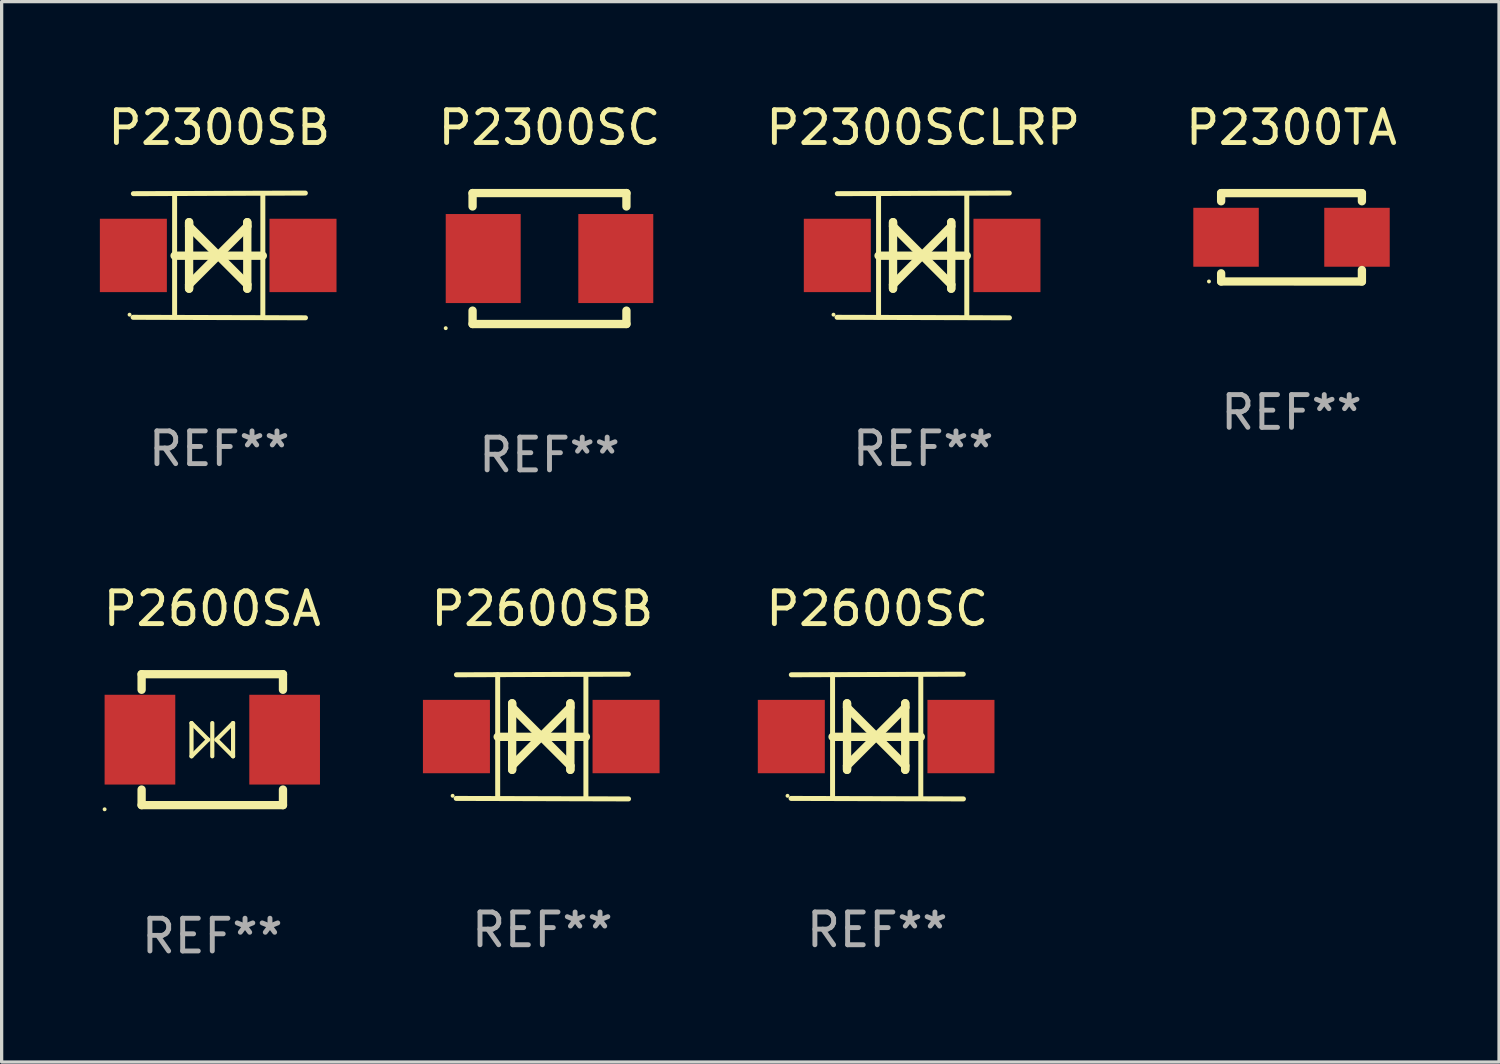
<source format=kicad_pcb>
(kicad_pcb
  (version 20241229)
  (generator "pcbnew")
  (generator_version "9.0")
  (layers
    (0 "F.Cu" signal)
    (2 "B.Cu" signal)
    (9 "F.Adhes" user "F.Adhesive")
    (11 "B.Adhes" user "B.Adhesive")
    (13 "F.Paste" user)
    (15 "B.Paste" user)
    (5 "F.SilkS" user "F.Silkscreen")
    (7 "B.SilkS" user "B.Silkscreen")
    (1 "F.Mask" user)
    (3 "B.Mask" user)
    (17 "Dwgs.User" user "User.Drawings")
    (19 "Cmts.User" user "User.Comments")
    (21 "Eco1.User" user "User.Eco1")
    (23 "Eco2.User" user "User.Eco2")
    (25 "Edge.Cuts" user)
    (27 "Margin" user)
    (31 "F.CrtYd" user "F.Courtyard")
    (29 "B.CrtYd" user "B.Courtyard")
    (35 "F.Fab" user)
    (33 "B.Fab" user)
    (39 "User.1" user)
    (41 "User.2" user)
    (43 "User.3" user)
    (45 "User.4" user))
  (footprint "P2600SB"
    (layer "F.Cu")
    (at 13.518 19.45)
    (property "Reference" "P2600SB" (at 0 -3.905 0) (layer "F.SilkS") (effects (font (size 1 1) (thickness 0.15))))
    (attr through_hole)
    (fp_line (start -1.365 1.886) (end -1.365 -1.886) (stroke (width 0.152) (type solid)) (layer "F.SilkS"))
    (fp_line (start -1.365 0.008) (end 1.33 0.008) (stroke (width 0.254) (type solid)) (layer "F.SilkS"))
    (fp_line (start -0.923 -1.016) (end -0.923 1.016) (stroke (width 0.254) (type solid)) (layer "F.SilkS"))
    (fp_line (start -0.923 -0.889) (end -0.923 -1.016) (stroke (width 0.254) (type solid)) (layer "F.SilkS"))
    (fp_line (start -0.923 0.889) (end -0.034 0) (stroke (width 0.254) (type solid)) (layer "F.SilkS"))
    (fp_line (start -0.923 1.016) (end -0.923 0.889) (stroke (width 0.254) (type solid)) (layer "F.SilkS"))
    (fp_line (start -0.034 0) (end -0.923 -0.889) (stroke (width 0.254) (type solid)) (layer "F.SilkS"))
    (fp_line (start -0.034 0) (end 0.855 0.889) (stroke (width 0.254) (type solid)) (layer "F.SilkS"))
    (fp_line (start 0.855 -1.016) (end 0.855 -0.889) (stroke (width 0.254) (type solid)) (layer "F.SilkS"))
    (fp_line (start 0.855 -0.889) (end -0.034 0) (stroke (width 0.254) (type solid)) (layer "F.SilkS"))
    (fp_line (start 0.855 0.889) (end 0.855 1.016) (stroke (width 0.254) (type solid)) (layer "F.SilkS"))
    (fp_line (start 0.855 1.016) (end 0.855 -1.016) (stroke (width 0.254) (type solid)) (layer "F.SilkS"))
    (fp_line (start 1.33 1.886) (end 1.33 -1.886) (stroke (width 0.152) (type solid)) (layer "F.SilkS"))
    (fp_line (start 2.629 -1.905) (end -2.625 -1.887) (stroke (width 0.152) (type solid)) (layer "F.SilkS"))
    (fp_line (start 2.633 1.905) (end -2.633 1.89) (stroke (width 0.152) (type solid)) (layer "F.SilkS"))
    (fp_circle (center -2.741 1.81) (end -2.711 1.81) (stroke (width 0.06) (type solid)) (fill no) (layer "F.SilkS"))
    (fp_text user "REF**" (at 0 5.905 0) (layer "F.Fab") (effects (font (size 1 1) (thickness 0.15))))
    (pad "1" smd rect (at -2.625 0) (size 2.047 2.241) (layers "F.Cu" "F.Mask" "F.Paste"))
    (pad "2" smd rect (at 2.557 0) (size 2.047 2.241) (layers "F.Cu" "F.Mask" "F.Paste")))
  (footprint "P2600SA"
    (layer "F.Cu")
    (at 3.435 19.545)
    (property "Reference" "P2600SA" (at 0 -4 0) (layer "F.SilkS") (effects (font (size 1 1) (thickness 0.15))))
    (attr through_hole)
    (fp_line (start -2.159 -2) (end 2.159 -2) (stroke (width 0.254) (type solid)) (layer "F.SilkS"))
    (fp_line (start -2.159 -1.524) (end -2.159 -2) (stroke (width 0.254) (type solid)) (layer "F.SilkS"))
    (fp_line (start -2.159 1.524) (end -2.159 2) (stroke (width 0.254) (type solid)) (layer "F.SilkS"))
    (fp_line (start -2.159 2) (end 2.159 2) (stroke (width 0.254) (type solid)) (layer "F.SilkS"))
    (fp_line (start -0.635 -0.508) (end -0.127 0) (stroke (width 0.127) (type solid)) (layer "F.SilkS"))
    (fp_line (start -0.635 0.508) (end -0.635 -0.508) (stroke (width 0.127) (type solid)) (layer "F.SilkS"))
    (fp_line (start -0.127 0) (end -0.635 0.508) (stroke (width 0.127) (type solid)) (layer "F.SilkS"))
    (fp_line (start 0 0.508) (end 0 -0.508) (stroke (width 0.127) (type solid)) (layer "F.SilkS"))
    (fp_line (start 0.127 0) (end 0.635 -0.508) (stroke (width 0.127) (type solid)) (layer "F.SilkS"))
    (fp_line (start 0.635 -0.508) (end 0.635 0.508) (stroke (width 0.127) (type solid)) (layer "F.SilkS"))
    (fp_line (start 0.635 0.508) (end 0.127 0) (stroke (width 0.127) (type solid)) (layer "F.SilkS"))
    (fp_line (start 2.159 -2) (end 2.159 -1.524) (stroke (width 0.254) (type solid)) (layer "F.SilkS"))
    (fp_line (start 2.159 2) (end 2.159 1.524) (stroke (width 0.254) (type solid)) (layer "F.SilkS"))
    (fp_circle (center -3.289 2.127) (end -3.259 2.127) (stroke (width 0.06) (type solid)) (fill no) (layer "F.SilkS"))
    (fp_text user "REF**" (at 0 6 0) (layer "F.Fab") (effects (font (size 1 1) (thickness 0.15))))
    (pad "1" smd rect (at -2.21 0 180) (size 2.159 2.743) (layers "F.Cu" "F.Mask" "F.Paste"))
    (pad "2" smd rect (at 2.21 0 180) (size 2.159 2.743) (layers "F.Cu" "F.Mask" "F.Paste")))
  (footprint "P2300SCLRP"
    (layer "F.Cu")
    (at 25.153 4.753)
    (property "Reference" "P2300SCLRP" (at 0 -3.905 0) (layer "F.SilkS") (effects (font (size 1 1) (thickness 0.15))))
    (attr through_hole)
    (fp_line (start -1.365 1.886) (end -1.365 -1.886) (stroke (width 0.152) (type solid)) (layer "F.SilkS"))
    (fp_line (start -1.365 0.008) (end 1.33 0.008) (stroke (width 0.254) (type solid)) (layer "F.SilkS"))
    (fp_line (start -0.923 -1.016) (end -0.923 1.016) (stroke (width 0.254) (type solid)) (layer "F.SilkS"))
    (fp_line (start -0.923 -0.889) (end -0.923 -1.016) (stroke (width 0.254) (type solid)) (layer "F.SilkS"))
    (fp_line (start -0.923 0.889) (end -0.034 0) (stroke (width 0.254) (type solid)) (layer "F.SilkS"))
    (fp_line (start -0.923 1.016) (end -0.923 0.889) (stroke (width 0.254) (type solid)) (layer "F.SilkS"))
    (fp_line (start -0.034 0) (end -0.923 -0.889) (stroke (width 0.254) (type solid)) (layer "F.SilkS"))
    (fp_line (start -0.034 0) (end 0.855 0.889) (stroke (width 0.254) (type solid)) (layer "F.SilkS"))
    (fp_line (start 0.855 -1.016) (end 0.855 -0.889) (stroke (width 0.254) (type solid)) (layer "F.SilkS"))
    (fp_line (start 0.855 -0.889) (end -0.034 0) (stroke (width 0.254) (type solid)) (layer "F.SilkS"))
    (fp_line (start 0.855 0.889) (end 0.855 1.016) (stroke (width 0.254) (type solid)) (layer "F.SilkS"))
    (fp_line (start 0.855 1.016) (end 0.855 -1.016) (stroke (width 0.254) (type solid)) (layer "F.SilkS"))
    (fp_line (start 1.33 1.886) (end 1.33 -1.886) (stroke (width 0.152) (type solid)) (layer "F.SilkS"))
    (fp_line (start 2.629 -1.905) (end -2.625 -1.887) (stroke (width 0.152) (type solid)) (layer "F.SilkS"))
    (fp_line (start 2.633 1.905) (end -2.633 1.89) (stroke (width 0.152) (type solid)) (layer "F.SilkS"))
    (fp_circle (center -2.741 1.81) (end -2.711 1.81) (stroke (width 0.06) (type solid)) (fill no) (layer "F.SilkS"))
    (fp_text user "REF**" (at 0 5.905 0) (layer "F.Fab") (effects (font (size 1 1) (thickness 0.15))))
    (pad "1" smd rect (at -2.625 0) (size 2.047 2.241) (layers "F.Cu" "F.Mask" "F.Paste"))
    (pad "2" smd rect (at 2.557 0) (size 2.047 2.241) (layers "F.Cu" "F.Mask" "F.Paste")))
  (footprint "P2300SC"
    (layer "F.Cu")
    (at 13.736 4.848)
    (property "Reference" "P2300SC" (at 0 -4 0) (layer "F.SilkS") (effects (font (size 1 1) (thickness 0.15))))
    (attr through_hole)
    (fp_line (start -2.35 -2) (end -2.35 -1.591) (stroke (width 0.254) (type solid)) (layer "F.SilkS"))
    (fp_line (start -2.35 -2) (end 2.35 -2) (stroke (width 0.254) (type solid)) (layer "F.SilkS"))
    (fp_line (start -2.35 1.591) (end -2.35 2) (stroke (width 0.254) (type solid)) (layer "F.SilkS"))
    (fp_line (start -2.35 2) (end 2.35 2) (stroke (width 0.254) (type solid)) (layer "F.SilkS"))
    (fp_line (start 2.35 -2) (end 2.35 -1.591) (stroke (width 0.254) (type solid)) (layer "F.SilkS"))
    (fp_line (start 2.35 1.591) (end 2.35 2) (stroke (width 0.254) (type solid)) (layer "F.SilkS"))
    (fp_circle (center -3.17 2.127) (end -3.14 2.127) (stroke (width 0.06) (type solid)) (fill no) (layer "F.SilkS"))
    (fp_text user "REF**" (at 0 6 0) (layer "F.Fab") (effects (font (size 1 1) (thickness 0.15))))
    (pad "1" smd rect (at -2.025 0) (size 2.29 2.72) (layers "F.Cu" "F.Mask" "F.Paste"))
    (pad "2" smd rect (at 2.025 0) (size 2.29 2.72) (layers "F.Cu" "F.Mask" "F.Paste")))
  (footprint "P2300TA"
    (layer "F.Cu")
    (at 36.403 4.199)
    (property "Reference" "P2300TA" (at 0 -3.35 0) (layer "F.SilkS") (effects (font (size 1 1) (thickness 0.15))))
    (attr through_hole)
    (fp_line (start -2.15 -1.35) (end -2.15 -1.101) (stroke (width 0.254) (type solid)) (layer "F.SilkS"))
    (fp_line (start -2.15 1.349) (end -2.15 1.1) (stroke (width 0.254) (type solid)) (layer "F.SilkS"))
    (fp_line (start 2.15 -1.35) (end -2.15 -1.35) (stroke (width 0.254) (type solid)) (layer "F.SilkS"))
    (fp_line (start 2.15 -1.35) (end 2.15 -1.101) (stroke (width 0.254) (type solid)) (layer "F.SilkS"))
    (fp_line (start 2.15 0.999) (end 2.15 1.35) (stroke (width 0.254) (type solid)) (layer "F.SilkS"))
    (fp_line (start 2.15 1.35) (end -2.15 1.349) (stroke (width 0.254) (type solid)) (layer "F.SilkS"))
    (fp_circle (center -2.522 1.349) (end -2.492 1.349) (stroke (width 0.06) (type solid)) (fill no) (layer "F.SilkS"))
    (fp_text user "REF**" (at 0 5.35 0) (layer "F.Fab") (effects (font (size 1 1) (thickness 0.15))))
    (pad "1" smd rect (at -2 -0.001) (size 2 1.8) (layers "F.Cu" "F.Mask" "F.Paste"))
    (pad "2" smd rect (at 2 -0.001) (size 2 1.8) (layers "F.Cu" "F.Mask" "F.Paste")))
  (footprint "P2300SB"
    (layer "F.Cu")
    (at 3.649 4.753)
    (property "Reference" "P2300SB" (at 0 -3.905 0) (layer "F.SilkS") (effects (font (size 1 1) (thickness 0.15))))
    (attr through_hole)
    (fp_line (start -1.365 1.886) (end -1.365 -1.886) (stroke (width 0.152) (type solid)) (layer "F.SilkS"))
    (fp_line (start -1.365 0.008) (end 1.33 0.008) (stroke (width 0.254) (type solid)) (layer "F.SilkS"))
    (fp_line (start -0.923 -1.016) (end -0.923 1.016) (stroke (width 0.254) (type solid)) (layer "F.SilkS"))
    (fp_line (start -0.923 -0.889) (end -0.923 -1.016) (stroke (width 0.254) (type solid)) (layer "F.SilkS"))
    (fp_line (start -0.923 0.889) (end -0.034 0) (stroke (width 0.254) (type solid)) (layer "F.SilkS"))
    (fp_line (start -0.923 1.016) (end -0.923 0.889) (stroke (width 0.254) (type solid)) (layer "F.SilkS"))
    (fp_line (start -0.034 0) (end -0.923 -0.889) (stroke (width 0.254) (type solid)) (layer "F.SilkS"))
    (fp_line (start -0.034 0) (end 0.855 0.889) (stroke (width 0.254) (type solid)) (layer "F.SilkS"))
    (fp_line (start 0.855 -1.016) (end 0.855 -0.889) (stroke (width 0.254) (type solid)) (layer "F.SilkS"))
    (fp_line (start 0.855 -0.889) (end -0.034 0) (stroke (width 0.254) (type solid)) (layer "F.SilkS"))
    (fp_line (start 0.855 0.889) (end 0.855 1.016) (stroke (width 0.254) (type solid)) (layer "F.SilkS"))
    (fp_line (start 0.855 1.016) (end 0.855 -1.016) (stroke (width 0.254) (type solid)) (layer "F.SilkS"))
    (fp_line (start 1.33 1.886) (end 1.33 -1.886) (stroke (width 0.152) (type solid)) (layer "F.SilkS"))
    (fp_line (start 2.629 -1.905) (end -2.625 -1.887) (stroke (width 0.152) (type solid)) (layer "F.SilkS"))
    (fp_line (start 2.633 1.905) (end -2.633 1.89) (stroke (width 0.152) (type solid)) (layer "F.SilkS"))
    (fp_circle (center -2.741 1.81) (end -2.711 1.81) (stroke (width 0.06) (type solid)) (fill no) (layer "F.SilkS"))
    (fp_text user "REF**" (at 0 5.905 0) (layer "F.Fab") (effects (font (size 1 1) (thickness 0.15))))
    (pad "1" smd rect (at -2.625 0) (size 2.047 2.241) (layers "F.Cu" "F.Mask" "F.Paste"))
    (pad "2" smd rect (at 2.557 0) (size 2.047 2.241) (layers "F.Cu" "F.Mask" "F.Paste")))
  (footprint "P2600SC"
    (layer "F.Cu")
    (at 23.748 19.45)
    (property "Reference" "P2600SC" (at 0 -3.905 0) (layer "F.SilkS") (effects (font (size 1 1) (thickness 0.15))))
    (attr through_hole)
    (fp_line (start -1.365 1.886) (end -1.365 -1.886) (stroke (width 0.152) (type solid)) (layer "F.SilkS"))
    (fp_line (start -1.365 0.008) (end 1.33 0.008) (stroke (width 0.254) (type solid)) (layer "F.SilkS"))
    (fp_line (start -0.923 -1.016) (end -0.923 1.016) (stroke (width 0.254) (type solid)) (layer "F.SilkS"))
    (fp_line (start -0.923 -0.889) (end -0.923 -1.016) (stroke (width 0.254) (type solid)) (layer "F.SilkS"))
    (fp_line (start -0.923 0.889) (end -0.034 0) (stroke (width 0.254) (type solid)) (layer "F.SilkS"))
    (fp_line (start -0.923 1.016) (end -0.923 0.889) (stroke (width 0.254) (type solid)) (layer "F.SilkS"))
    (fp_line (start -0.034 0) (end -0.923 -0.889) (stroke (width 0.254) (type solid)) (layer "F.SilkS"))
    (fp_line (start -0.034 0) (end 0.855 0.889) (stroke (width 0.254) (type solid)) (layer "F.SilkS"))
    (fp_line (start 0.855 -1.016) (end 0.855 -0.889) (stroke (width 0.254) (type solid)) (layer "F.SilkS"))
    (fp_line (start 0.855 -0.889) (end -0.034 0) (stroke (width 0.254) (type solid)) (layer "F.SilkS"))
    (fp_line (start 0.855 0.889) (end 0.855 1.016) (stroke (width 0.254) (type solid)) (layer "F.SilkS"))
    (fp_line (start 0.855 1.016) (end 0.855 -1.016) (stroke (width 0.254) (type solid)) (layer "F.SilkS"))
    (fp_line (start 1.33 1.886) (end 1.33 -1.886) (stroke (width 0.152) (type solid)) (layer "F.SilkS"))
    (fp_line (start 2.629 -1.905) (end -2.625 -1.887) (stroke (width 0.152) (type solid)) (layer "F.SilkS"))
    (fp_line (start 2.633 1.905) (end -2.633 1.89) (stroke (width 0.152) (type solid)) (layer "F.SilkS"))
    (fp_circle (center -2.741 1.81) (end -2.711 1.81) (stroke (width 0.06) (type solid)) (fill no) (layer "F.SilkS"))
    (fp_text user "REF**" (at 0 5.905 0) (layer "F.Fab") (effects (font (size 1 1) (thickness 0.15))))
    (pad "1" smd rect (at -2.625 0) (size 2.047 2.241) (layers "F.Cu" "F.Mask" "F.Paste"))
    (pad "2" smd rect (at 2.557 0) (size 2.047 2.241) (layers "F.Cu" "F.Mask" "F.Paste")))
  (gr_rect
    (start -3 -3)
    (end 42.742 29.393)
    (stroke (width 0.1) (type default))
    (fill no)
    (layer "Edge.Cuts")))
</source>
